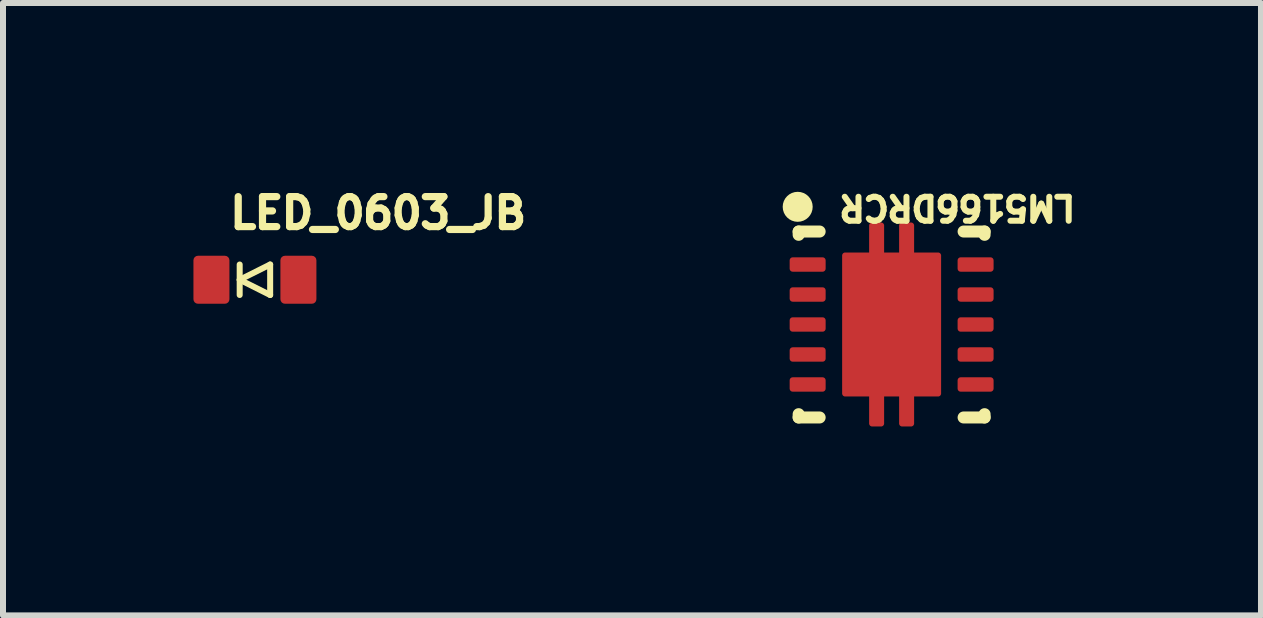
<source format=kicad_pcb>
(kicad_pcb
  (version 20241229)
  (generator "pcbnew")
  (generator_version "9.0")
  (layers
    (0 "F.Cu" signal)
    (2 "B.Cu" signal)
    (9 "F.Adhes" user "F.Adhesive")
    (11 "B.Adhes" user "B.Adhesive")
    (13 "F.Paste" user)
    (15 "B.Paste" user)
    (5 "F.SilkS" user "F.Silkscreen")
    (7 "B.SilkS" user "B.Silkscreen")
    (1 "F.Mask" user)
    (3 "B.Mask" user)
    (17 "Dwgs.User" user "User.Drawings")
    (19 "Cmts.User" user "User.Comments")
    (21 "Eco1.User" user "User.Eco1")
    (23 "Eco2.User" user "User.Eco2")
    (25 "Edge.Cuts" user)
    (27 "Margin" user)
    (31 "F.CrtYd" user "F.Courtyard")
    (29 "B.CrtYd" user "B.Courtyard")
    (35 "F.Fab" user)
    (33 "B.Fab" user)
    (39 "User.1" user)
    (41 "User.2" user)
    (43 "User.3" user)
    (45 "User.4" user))
  (footprint "LED_0603_JB"
    (layer "F.Cu")
    (at 1.2 1.614)
    (property "Reference" "LED_0603_JB" (at 2.055 -1.111 0) (unlocked yes) (layer "F.SilkS") (effects (font (size 0.5 0.5) (thickness 0.12))))
    (fp_line (start -0.254 0) (end 0.254 -0.254) (stroke (width 0.1) (type solid)) (layer "F.SilkS"))
    (fp_line (start -0.254 0) (end 0.254 0.254) (stroke (width 0.1) (type solid)) (layer "F.SilkS"))
    (fp_line (start -0.254 0.254) (end -0.254 -0.254) (stroke (width 0.1) (type solid)) (layer "F.SilkS"))
    (fp_line (start 0.254 0.254) (end 0.254 -0.254) (stroke (width 0.1) (type solid)) (layer "F.SilkS"))
    (fp_line (start -1.175 -0.55) (end 1.175 -0.55) (stroke (width 0.05) (type solid)) (layer "User.2"))
    (fp_line (start -1.175 0.55) (end -1.175 -0.55) (stroke (width 0.05) (type solid)) (layer "User.2"))
    (fp_line (start -1.175 0.55) (end 1.175 0.55) (stroke (width 0.05) (type solid)) (layer "User.2"))
    (fp_line (start 1.175 0.55) (end 1.175 -0.55) (stroke (width 0.05) (type solid)) (layer "User.2"))
    (fp_line (start -0.45 0) (end 0.45 0) (stroke (width 0.1) (type solid)) (layer "User.3"))
    (fp_line (start 0 0.45) (end 0 -0.45) (stroke (width 0.1) (type solid)) (layer "User.3"))
    (fp_poly (pts (xy -1.016 -0.381) (xy -0.508 -0.381) (xy -0.508 0.381) (xy -1.016 0.381)) (stroke (width 0.1) (type default)) (fill no) (layer "User.6"))
    (pad "1" smd roundrect (at -0.725 0 90) (size 0.8 0.6) (layers "F.Cu" "F.Mask" "F.Paste") (roundrect_rratio 0.125))
    (pad "2" smd roundrect (at 0.725 0 90) (size 0.8 0.6) (layers "F.Cu" "F.Mask" "F.Paste") (roundrect_rratio 0.125)))
  (footprint "LM5166DRCR"
    (layer "F.Cu")
    (at 11.815 2.36)
    (property "Reference" "LM5166DRCR" (at 1.095 -1.95 180) (unlocked yes) (layer "F.SilkS") (effects (font (size 0.4 0.4) (thickness 0.1))))
    (fp_line (start -1.55 -1.495) (end -1.55 -1.55) (stroke (width 0.2) (type solid)) (layer "F.SilkS"))
    (fp_line (start -1.55 1.55) (end -1.55 1.495) (stroke (width 0.2) (type solid)) (layer "F.SilkS"))
    (fp_line (start -1.2 -1.55) (end -1.55 -1.55) (stroke (width 0.2) (type solid)) (layer "F.SilkS"))
    (fp_line (start -1.2 1.55) (end -1.55 1.55) (stroke (width 0.2) (type solid)) (layer "F.SilkS"))
    (fp_line (start 1.55 -1.55) (end 1.2 -1.55) (stroke (width 0.2) (type solid)) (layer "F.SilkS"))
    (fp_line (start 1.55 -1.495) (end 1.55 -1.55) (stroke (width 0.2) (type solid)) (layer "F.SilkS"))
    (fp_line (start 1.55 1.55) (end 1.2 1.55) (stroke (width 0.2) (type solid)) (layer "F.SilkS"))
    (fp_line (start 1.55 1.55) (end 1.55 1.495) (stroke (width 0.2) (type solid)) (layer "F.SilkS"))
    (fp_circle (center -1.566 -1.962) (end -1.691 -1.962) (stroke (width 0.25) (type solid)) (fill no) (layer "F.SilkS"))
    (fp_poly (pts (arc (start -0.375 -1.65) (mid -0.360355 -1.685355) (end -0.325 -1.7)) (arc (start -0.175 -1.7) (mid -0.139645 -1.685355) (end -0.125 -1.65)) (arc (start -0.125 -1.41) (mid -0.139645 -1.374645) (end -0.175 -1.36)) (arc (start -0.325 -1.36) (mid -0.360355 -1.374645) (end -0.375 -1.41))) (stroke (width 0) (type default)) (fill yes) (layer "F.Paste"))
    (fp_poly (pts (arc (start -0.175 1.36) (mid -0.139645 1.374645) (end -0.125 1.41)) (arc (start -0.125 1.65) (mid -0.139645 1.685355) (end -0.175 1.7)) (arc (start -0.325 1.7) (mid -0.360355 1.685355) (end -0.375 1.65)) (arc (start -0.375 1.41) (mid -0.360355 1.374645) (end -0.325 1.36))) (stroke (width 0) (type default)) (fill yes) (layer "F.Paste"))
    (fp_poly (pts (arc (start 0.12501 -1.65) (mid 0.139655 -1.685355) (end 0.17501 -1.7)) (arc (start 0.32501 -1.7) (mid 0.360365 -1.685355) (end 0.37501 -1.65)) (arc (start 0.37501 -1.41) (mid 0.360365 -1.374645) (end 0.32501 -1.36)) (arc (start 0.17501 -1.36) (mid 0.139655 -1.374645) (end 0.12501 -1.41))) (stroke (width 0) (type default)) (fill yes) (layer "F.Paste"))
    (fp_poly (pts (arc (start 0.12501 1.41) (mid 0.139655 1.374645) (end 0.17501 1.36)) (arc (start 0.32501 1.36) (mid 0.360365 1.374645) (end 0.37501 1.41)) (arc (start 0.37501 1.65) (mid 0.360365 1.685355) (end 0.32501 1.7)) (arc (start 0.17501 1.7) (mid 0.139655 1.685355) (end 0.12501 1.65))) (stroke (width 0) (type default)) (fill yes) (layer "F.Paste"))
    (fp_rect (start -1.7 -0.88) (end -1.1 -1.12) (stroke (width 0.1) (type default)) (fill no) (layer "User.1"))
    (fp_line (start -1.8 1.8) (end -1.8 -1.8) (stroke (width 0.1) (type solid)) (layer "User.2"))
    (fp_line (start 1.8 -1.8) (end -1.8 -1.8) (stroke (width 0.1) (type solid)) (layer "User.2"))
    (fp_line (start 1.8 1.8) (end -1.8 1.8) (stroke (width 0.1) (type solid)) (layer "User.2"))
    (fp_line (start 1.8 1.8) (end 1.8 -1.8) (stroke (width 0.1) (type solid)) (layer "User.2"))
    (fp_line (start -1.55 1.55) (end -1.55 -1.55) (stroke (width 0.2) (type solid)) (layer "User.4"))
    (fp_line (start 1.55 -1.55) (end -1.55 -1.55) (stroke (width 0.2) (type solid)) (layer "User.4"))
    (fp_line (start 1.55 1.55) (end -1.55 1.55) (stroke (width 0.2) (type solid)) (layer "User.4"))
    (fp_line (start 1.55 1.55) (end 1.55 -1.55) (stroke (width 0.2) (type solid)) (layer "User.4"))
    (fp_line (start -1.8 1.8) (end -1.8 -1.8) (stroke (width 0.1) (type solid)) (layer "User.9"))
    (fp_line (start 1.8 -1.8) (end -1.8 -1.8) (stroke (width 0.1) (type solid)) (layer "User.9"))
    (fp_line (start 1.8 1.8) (end -1.8 1.8) (stroke (width 0.1) (type solid)) (layer "User.9"))
    (fp_line (start 1.8 1.8) (end 1.8 -1.8) (stroke (width 0.1) (type solid)) (layer "User.9"))
    (fp_text user "${REFERENCE}" (at 0.008 0.48 0) (unlocked yes) (layer "User.9") (effects (font (face "Arial") (size 0.63 0.63) (thickness 0.1)) (justify bottom)))
    (pad "1" smd roundrect (at -1.4 -1) (size 0.6 0.24) (layers "F.Cu" "F.Mask" "F.Paste") (roundrect_rratio 0.21))
    (pad "2" smd roundrect (at -1.4 -0.5) (size 0.6 0.24) (layers "F.Cu" "F.Mask" "F.Paste") (roundrect_rratio 0.21))
    (pad "3" smd roundrect (at -1.4 0) (size 0.6 0.24) (layers "F.Cu" "F.Mask" "F.Paste") (roundrect_rratio 0.21))
    (pad "4" smd roundrect (at -1.4 0.5) (size 0.6 0.24) (layers "F.Cu" "F.Mask" "F.Paste") (roundrect_rratio 0.21))
    (pad "5" smd roundrect (at -1.4 1) (size 0.6 0.24) (layers "F.Cu" "F.Mask" "F.Paste") (roundrect_rratio 0.21))
    (pad "6" smd roundrect (at 1.4 1) (size 0.6 0.24) (layers "F.Cu" "F.Mask" "F.Paste") (roundrect_rratio 0.21))
    (pad "7" smd roundrect (at 1.4 0.5) (size 0.6 0.24) (layers "F.Cu" "F.Mask" "F.Paste") (roundrect_rratio 0.21))
    (pad "8" smd roundrect (at 1.4 0) (size 0.6 0.24) (layers "F.Cu" "F.Mask" "F.Paste") (roundrect_rratio 0.21))
    (pad "9" smd roundrect (at 1.4 -0.5) (size 0.6 0.24) (layers "F.Cu" "F.Mask" "F.Paste") (roundrect_rratio 0.21))
    (pad "10" smd roundrect (at 1.4 -1) (size 0.6 0.24) (layers "F.Cu" "F.Mask" "F.Paste") (roundrect_rratio 0.21))
    (pad "11" smd custom (at -0.825 1.15 90) (size 0.000001 0.000001) (layers "F.Cu") (options (anchor circle)) (primitives (gr_poly (pts (arc (start 0 0) (mid -0.035354 0.014645) (end -0.049999 0.049999)) (xy -0.05 0.05) (xy -0.05 0.45) (arc (start -0.5 0.45001) (mid -0.535354 0.464655) (end -0.549999 0.500009)) (xy -0.55 0.5) (arc (start -0.549999 0.650008) (mid -0.535355 0.685365) (end -0.499999 0.70001)) (xy -0.05 0.7) (xy -0.05 0.95) (arc (start -0.499998 0.95) (mid -0.535354 0.964644) (end -0.549999 0.999999)) (xy -0.55 1) (arc (start -0.549999 1.150004) (mid -0.535354 1.185356) (end -0.500002 1.2)) (xy -0.5 1.2) (xy -0.05 1.2) (arc (start -0.049999 1.600001) (mid -0.035354 1.635355) (end 0 1.65)) (xy 0.000001 1.65) (arc (start 2.300002 1.65) (mid 2.335356 1.635355) (end 2.350001 1.600001)) (xy 2.35 1.6) (xy 2.35 1.2) (arc (start 2.800002 1.2) (mid 2.835356 1.185355) (end 2.850001 1.150001)) (xy 2.85 1.15) (arc (start 2.850001 1.000002) (mid 2.835357 0.964645) (end 2.800001 0.95)) (xy 2.35 0.95) (xy 2.35 0.7) (arc (start 2.8 0.70001) (mid 2.835356 0.685366) (end 2.850001 0.65001)) (xy 2.85 0.65) (arc (start 2.850001 0.500006) (mid 2.835356 0.464654) (end 2.800004 0.45001)) (xy 2.8 0.45) (xy 2.35 0.45) (arc (start 2.350001 0.049999) (mid 2.335356 0.014645) (end 2.300002 0)) (xy 2.3 0.00001) (xy 0.000001 0.00001)) (width 0) (fill yes)))))
  (gr_rect
    (start -3 -3)
    (end 17.973 7.21)
    (stroke (width 0.1) (type default))
    (fill no)
    (layer "Edge.Cuts")))
</source>
